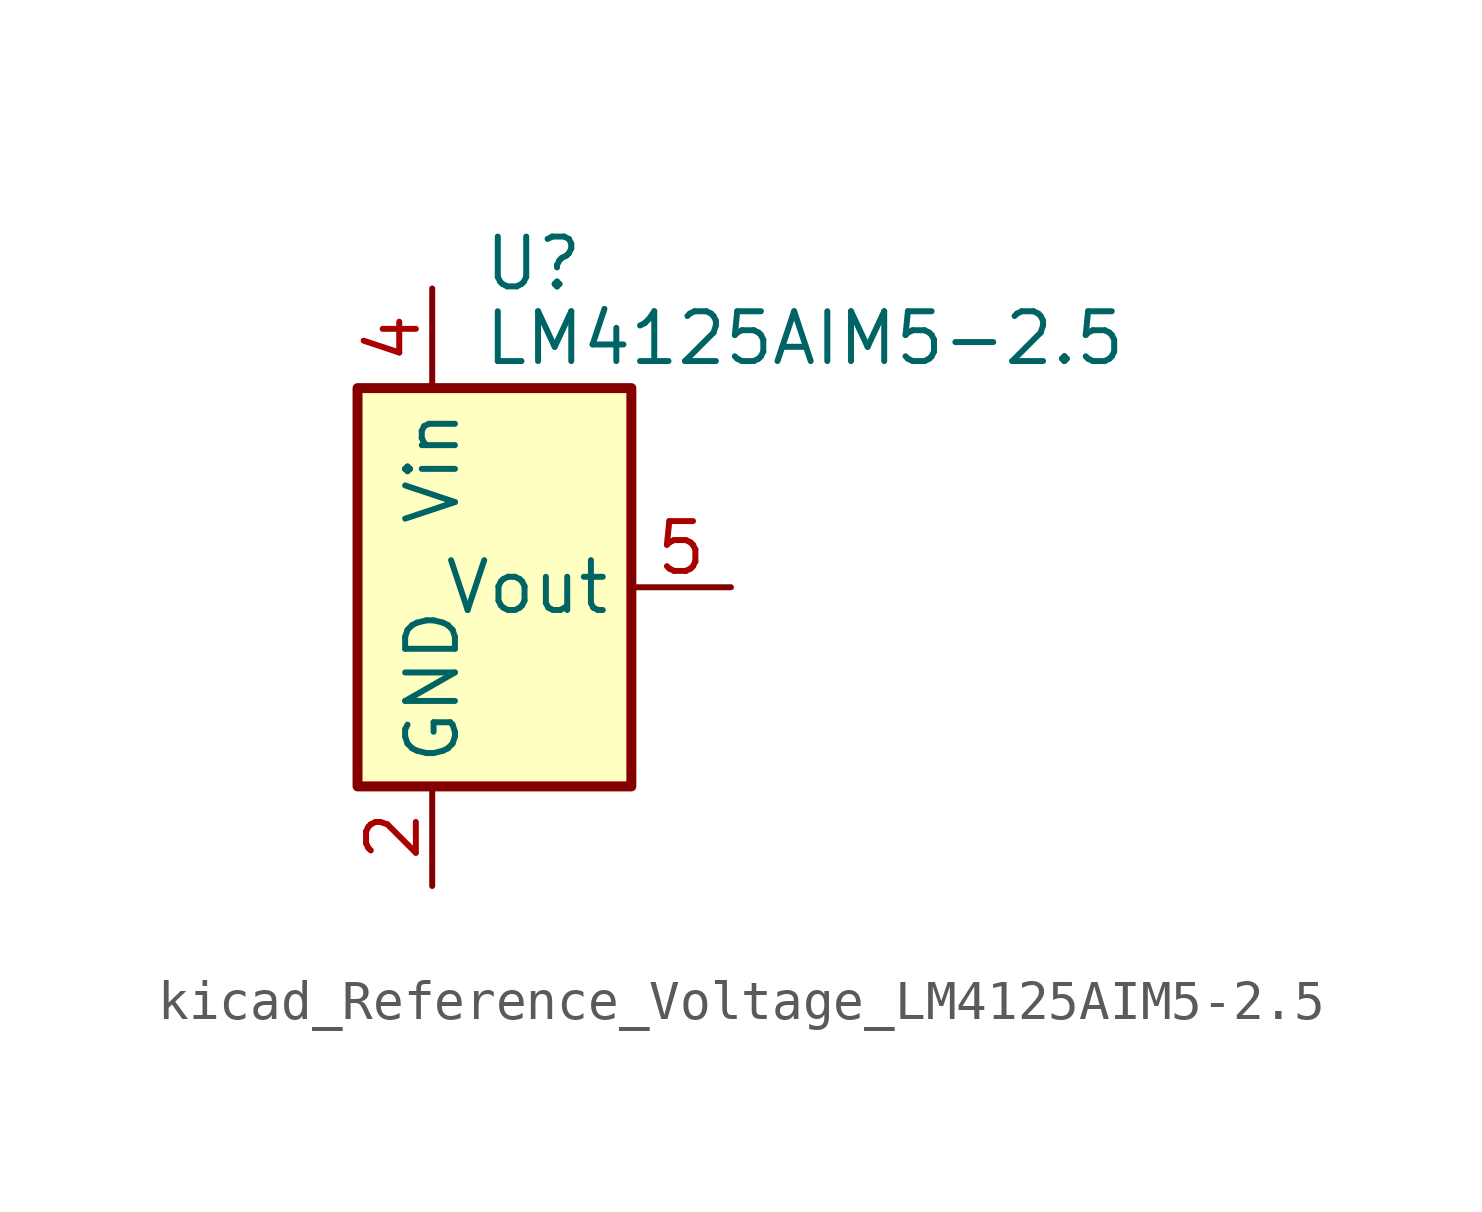
<source format=kicad_sym>
(kicad_symbol_lib
  (version 20220914)
  (generator kicad_symbol_editor)
  (symbol "kicad_Reference_Voltage_LM4125AIM5-2.5"
    (property "Reference" "U"
      (at 1.27 8.255 0)
      (effects (font (size 1.27 1.27)) (justify left)))
    (property "Value" "LM4125AIM5-2.5"
      (at 1.27 6.35 0)
      (effects (font (size 1.27 1.27)) (justify left)))
    (symbol "kicad_Reference_Voltage_LM4125AIM5-2.5_0_1"
      (rectangle (start -1.905 5.08) (end 5.08 -5.08) (stroke (width 0.254) (type default)) (fill (type background))))
    (symbol "kicad_Reference_Voltage_LM4125AIM5-2.5_1_1"
      (pin no_connect line (at 2.54 -5.08 90) (length 2.54) hide (name "NC" (effects (font (size 1.27 1.27)))) (number "1" (effects (font (size 1.27 1.27)))))
      (pin power_in line (at 0 -7.62 90) (length 2.54) (name "GND" (effects (font (size 1.27 1.27)))) (number "2" (effects (font (size 1.27 1.27)))))
      (pin no_connect line (at 5.08 -5.08 90) (length 2.54) hide (name "NC" (effects (font (size 1.27 1.27)))) (number "3" (effects (font (size 1.27 1.27)))))
      (pin power_in line (at 0 7.62 270) (length 2.54) (name "Vin" (effects (font (size 1.27 1.27)))) (number "4" (effects (font (size 1.27 1.27)))))
      (pin power_out line (at 7.62 0 180) (length 2.54) (name "Vout" (effects (font (size 1.27 1.27)))) (number "5" (effects (font (size 1.27 1.27))))))))
</source>
